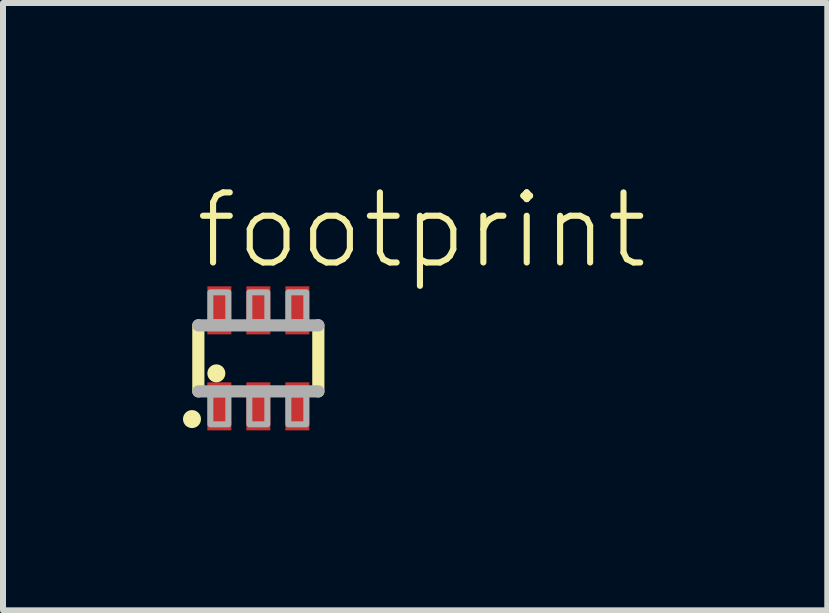
<source format=kicad_pcb>
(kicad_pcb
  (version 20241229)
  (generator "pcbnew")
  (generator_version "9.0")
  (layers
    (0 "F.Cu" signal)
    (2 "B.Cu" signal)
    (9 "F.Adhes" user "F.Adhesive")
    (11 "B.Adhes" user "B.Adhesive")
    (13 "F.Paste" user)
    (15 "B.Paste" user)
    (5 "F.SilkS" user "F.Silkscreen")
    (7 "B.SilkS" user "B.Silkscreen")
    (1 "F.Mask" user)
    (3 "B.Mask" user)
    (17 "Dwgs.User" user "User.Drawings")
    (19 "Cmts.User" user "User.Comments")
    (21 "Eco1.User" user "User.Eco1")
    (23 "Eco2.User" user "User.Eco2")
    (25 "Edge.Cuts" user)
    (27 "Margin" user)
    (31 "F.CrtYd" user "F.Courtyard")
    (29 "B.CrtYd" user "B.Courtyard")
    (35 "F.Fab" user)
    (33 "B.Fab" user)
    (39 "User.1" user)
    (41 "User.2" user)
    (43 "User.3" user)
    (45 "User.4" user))
  (footprint "footprint"
    (layer "F.Cu")
    (at 1.256 2.923)
    (property "Reference" "footprint" (at -1.1 -1.45 0) (layer "F.SilkS") (effects (font (size 1.168 1.168) (thickness 0.102)) (justify left bottom)))
    (fp_line (start -1 0.55) (end -1 -0.55) (stroke (width 0.203) (type solid)) (layer "F.SilkS"))
    (fp_line (start 1 -0.55) (end 1 0.55) (stroke (width 0.203) (type solid)) (layer "F.SilkS"))
    (fp_circle (center -1.106 1.012) (end -1.031 1.012) (stroke (width 0.15) (type solid)) (fill yes) (layer "F.SilkS"))
    (fp_circle (center -0.7 0.25) (end -0.625 0.25) (stroke (width 0.15) (type solid)) (fill yes) (layer "F.SilkS"))
    (fp_line (start -1 -0.55) (end 1 -0.55) (stroke (width 0.203) (type solid)) (layer "F.Fab"))
    (fp_line (start 1 0.55) (end -1 0.55) (stroke (width 0.203) (type solid)) (layer "F.Fab"))
    (fp_poly (pts (xy -0.8 -0.6) (xy -0.5 -0.6) (xy -0.5 -1.1) (xy -0.8 -1.1)) (stroke (width 0.1) (type solid)) (fill no) (layer "F.Fab"))
    (fp_poly (pts (xy -0.8 1.1) (xy -0.5 1.1) (xy -0.5 0.6) (xy -0.8 0.6)) (stroke (width 0.1) (type solid)) (fill no) (layer "F.Fab"))
    (fp_poly (pts (xy -0.15 -0.6) (xy 0.15 -0.6) (xy 0.15 -1.1) (xy -0.15 -1.1)) (stroke (width 0.1) (type solid)) (fill no) (layer "F.Fab"))
    (fp_poly (pts (xy -0.15 1.1) (xy 0.15 1.1) (xy 0.15 0.6) (xy -0.15 0.6)) (stroke (width 0.1) (type solid)) (fill no) (layer "F.Fab"))
    (fp_poly (pts (xy 0.5 -0.6) (xy 0.8 -0.6) (xy 0.8 -1.1) (xy 0.5 -1.1)) (stroke (width 0.1) (type solid)) (fill no) (layer "F.Fab"))
    (fp_poly (pts (xy 0.5 1.1) (xy 0.8 1.1) (xy 0.8 0.6) (xy 0.5 0.6)) (stroke (width 0.1) (type solid)) (fill no) (layer "F.Fab"))
    (pad "1" smd rect (at -0.65 0.8) (size 0.4 0.8) (layers "F.Cu" "F.Mask" "F.Paste"))
    (pad "2" smd rect (at 0 0.8) (size 0.4 0.8) (layers "F.Cu" "F.Mask" "F.Paste"))
    (pad "3" smd rect (at 0.65 0.8) (size 0.4 0.8) (layers "F.Cu" "F.Mask" "F.Paste"))
    (pad "4" smd rect (at 0.65 -0.8) (size 0.4 0.8) (layers "F.Cu" "F.Mask" "F.Paste"))
    (pad "5" smd rect (at 0 -0.8) (size 0.4 0.8) (layers "F.Cu" "F.Mask" "F.Paste"))
    (pad "6" smd rect (at -0.65 -0.8) (size 0.4 0.8) (layers "F.Cu" "F.Mask" "F.Paste")))
  (gr_rect
    (start -3 -3)
    (end 10.739 7.123)
    (stroke (width 0.1) (type default))
    (fill no)
    (layer "Edge.Cuts")))
</source>
